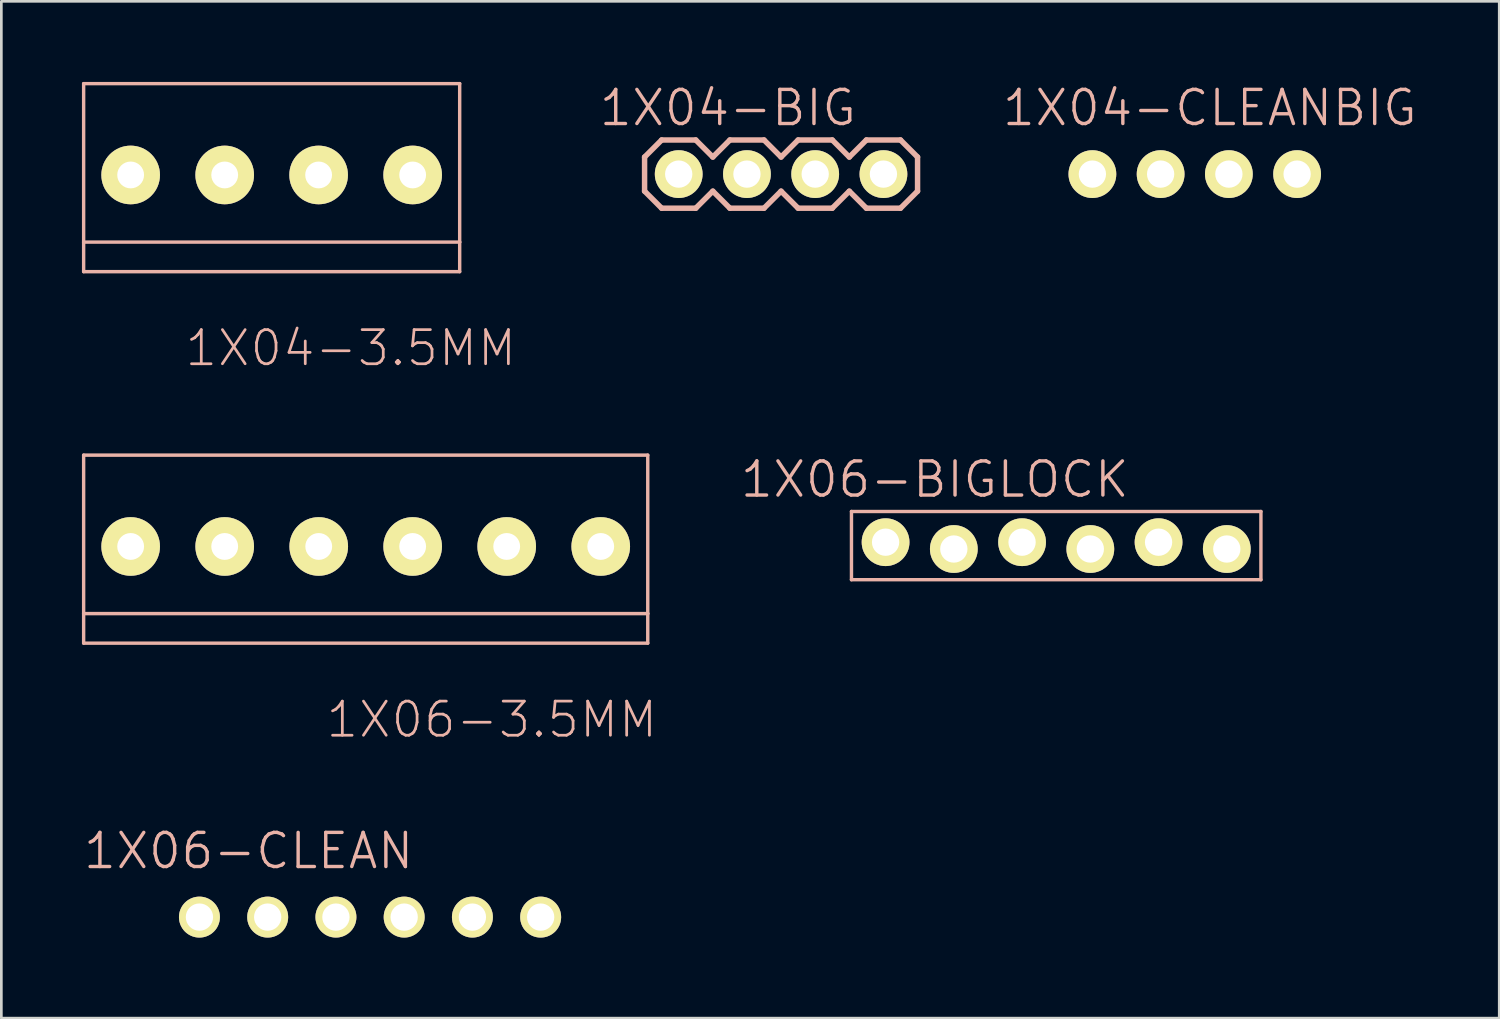
<source format=kicad_pcb>
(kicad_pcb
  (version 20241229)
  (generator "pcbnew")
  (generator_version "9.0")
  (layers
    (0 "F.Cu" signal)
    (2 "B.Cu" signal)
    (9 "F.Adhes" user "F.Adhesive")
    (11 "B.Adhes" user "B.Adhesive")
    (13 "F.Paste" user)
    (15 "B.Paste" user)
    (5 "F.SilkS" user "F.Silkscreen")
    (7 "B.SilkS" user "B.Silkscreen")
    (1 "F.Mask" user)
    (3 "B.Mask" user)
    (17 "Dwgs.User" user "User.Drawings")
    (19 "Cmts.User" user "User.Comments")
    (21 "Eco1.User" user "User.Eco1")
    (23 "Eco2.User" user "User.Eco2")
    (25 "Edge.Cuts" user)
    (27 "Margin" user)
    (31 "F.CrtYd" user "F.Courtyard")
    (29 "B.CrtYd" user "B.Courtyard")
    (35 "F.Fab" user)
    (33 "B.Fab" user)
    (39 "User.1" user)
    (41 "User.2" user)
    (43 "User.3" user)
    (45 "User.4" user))
  (footprint "1X04-3.5MM"
    (layer "F.Cu")
    (at 7.061 3.462)
    (property "Reference" "1X04-3.5MM" (at 2.944 6.444 180) (layer "B.SilkS") (effects (font (size 1.27 1.27) (thickness 0.102))))
    (attr exclude_from_pos_files exclude_from_bom)
    (fp_line (start -6.998 -3.399) (end -6.998 2.499) (stroke (width 0.127) (type solid)) (layer "B.SilkS"))
    (fp_line (start -6.998 2.499) (end -6.998 3.599) (stroke (width 0.127) (type solid)) (layer "B.SilkS"))
    (fp_line (start -6.998 2.499) (end 6.998 2.499) (stroke (width 0.127) (type solid)) (layer "B.SilkS"))
    (fp_line (start -6.998 3.599) (end 6.998 3.599) (stroke (width 0.127) (type solid)) (layer "B.SilkS"))
    (fp_line (start 6.998 -3.399) (end -6.998 -3.399) (stroke (width 0.127) (type solid)) (layer "B.SilkS"))
    (fp_line (start 6.998 2.499) (end 6.998 -3.399) (stroke (width 0.127) (type solid)) (layer "B.SilkS"))
    (fp_line (start 6.998 3.599) (end 6.998 2.499) (stroke (width 0.127) (type solid)) (layer "B.SilkS"))
    (pad "1" thru_hole circle (at -5.248 0) (size 2.182 2.182) (drill 0.998) (layers "*.Cu" "F.Mask" "F.SilkS" "F.Paste"))
    (pad "2" thru_hole circle (at -1.748 0) (size 2.182 2.182) (drill 0.998) (layers "*.Cu" "F.Mask" "F.SilkS" "F.Paste"))
    (pad "3" thru_hole circle (at 1.748 0) (size 2.182 2.182) (drill 0.998) (layers "*.Cu" "F.Mask" "F.SilkS" "F.Paste"))
    (pad "4" thru_hole circle (at 5.248 0) (size 2.182 2.182) (drill 0.998) (layers "*.Cu" "F.Mask" "F.SilkS" "F.Paste")))
  (footprint "1X04-CLEANBIG"
    (layer "F.Cu")
    (at 41.418 3.43)
    (property "Reference" "1X04-CLEANBIG" (at 0.559 -2.464 0) (layer "B.SilkS") (effects (font (size 1.27 1.27) (thickness 0.127))))
    (attr exclude_from_pos_files exclude_from_bom)
    (fp_line (start -4.064 -0.254) (end -3.556 -0.254) (stroke (width 0.066) (type solid)) (layer "F.SilkS"))
    (fp_line (start -4.064 0.254) (end -4.064 -0.254) (stroke (width 0.066) (type solid)) (layer "F.SilkS"))
    (fp_line (start -4.064 0.254) (end -3.556 0.254) (stroke (width 0.066) (type solid)) (layer "F.SilkS"))
    (fp_line (start -3.556 0.254) (end -3.556 -0.254) (stroke (width 0.066) (type solid)) (layer "F.SilkS"))
    (fp_line (start -1.524 -0.254) (end -1.016 -0.254) (stroke (width 0.066) (type solid)) (layer "F.SilkS"))
    (fp_line (start -1.524 0.254) (end -1.524 -0.254) (stroke (width 0.066) (type solid)) (layer "F.SilkS"))
    (fp_line (start -1.524 0.254) (end -1.016 0.254) (stroke (width 0.066) (type solid)) (layer "F.SilkS"))
    (fp_line (start -1.016 0.254) (end -1.016 -0.254) (stroke (width 0.066) (type solid)) (layer "F.SilkS"))
    (fp_line (start 1.016 -0.254) (end 1.524 -0.254) (stroke (width 0.066) (type solid)) (layer "F.SilkS"))
    (fp_line (start 1.016 0.254) (end 1.016 -0.254) (stroke (width 0.066) (type solid)) (layer "F.SilkS"))
    (fp_line (start 1.016 0.254) (end 1.524 0.254) (stroke (width 0.066) (type solid)) (layer "F.SilkS"))
    (fp_line (start 1.524 0.254) (end 1.524 -0.254) (stroke (width 0.066) (type solid)) (layer "F.SilkS"))
    (fp_line (start 3.556 -0.254) (end 4.064 -0.254) (stroke (width 0.066) (type solid)) (layer "F.SilkS"))
    (fp_line (start 3.556 0.254) (end 3.556 -0.254) (stroke (width 0.066) (type solid)) (layer "F.SilkS"))
    (fp_line (start 3.556 0.254) (end 4.064 0.254) (stroke (width 0.066) (type solid)) (layer "F.SilkS"))
    (fp_line (start 4.064 0.254) (end 4.064 -0.254) (stroke (width 0.066) (type solid)) (layer "F.SilkS"))
    (pad "1" thru_hole circle (at -3.81 0) (size 1.778 1.778) (drill 1.016) (layers "*.Cu" "F.Mask" "F.SilkS" "F.Paste"))
    (pad "2" thru_hole circle (at -1.27 0) (size 1.778 1.778) (drill 1.016) (layers "*.Cu" "F.Mask" "F.SilkS" "F.Paste"))
    (pad "3" thru_hole circle (at 1.27 0) (size 1.778 1.778) (drill 1.016) (layers "*.Cu" "F.Mask" "F.SilkS" "F.Paste"))
    (pad "4" thru_hole circle (at 3.81 0) (size 1.778 1.778) (drill 1.016) (layers "*.Cu" "F.Mask" "F.SilkS" "F.Paste")))
  (footprint "1X06-3.5MM"
    (layer "F.Cu")
    (at 10.561 17.289)
    (property "Reference" "1X06-3.5MM" (at 4.694 6.444 180) (layer "B.SilkS") (effects (font (size 1.27 1.27) (thickness 0.102))))
    (attr exclude_from_pos_files exclude_from_bom)
    (fp_line (start -10.498 -3.399) (end -10.498 2.499) (stroke (width 0.127) (type solid)) (layer "B.SilkS"))
    (fp_line (start -10.498 2.499) (end -10.498 3.599) (stroke (width 0.127) (type solid)) (layer "B.SilkS"))
    (fp_line (start -10.498 2.499) (end 10.498 2.499) (stroke (width 0.127) (type solid)) (layer "B.SilkS"))
    (fp_line (start -10.498 3.599) (end 10.498 3.599) (stroke (width 0.127) (type solid)) (layer "B.SilkS"))
    (fp_line (start 10.498 -3.399) (end -10.498 -3.399) (stroke (width 0.127) (type solid)) (layer "B.SilkS"))
    (fp_line (start 10.498 2.499) (end 10.498 -3.399) (stroke (width 0.127) (type solid)) (layer "B.SilkS"))
    (fp_line (start 10.498 3.599) (end 10.498 2.499) (stroke (width 0.127) (type solid)) (layer "B.SilkS"))
    (pad "1" thru_hole circle (at -8.748 0) (size 2.182 2.182) (drill 0.998) (layers "*.Cu" "F.Mask" "F.SilkS" "F.Paste"))
    (pad "2" thru_hole circle (at -5.248 0) (size 2.182 2.182) (drill 0.998) (layers "*.Cu" "F.Mask" "F.SilkS" "F.Paste"))
    (pad "3" thru_hole circle (at -1.748 0) (size 2.182 2.182) (drill 0.998) (layers "*.Cu" "F.Mask" "F.SilkS" "F.Paste"))
    (pad "4" thru_hole circle (at 1.748 0) (size 2.182 2.182) (drill 0.998) (layers "*.Cu" "F.Mask" "F.SilkS" "F.Paste"))
    (pad "5" thru_hole circle (at 5.248 0) (size 2.182 2.182) (drill 0.998) (layers "*.Cu" "F.Mask" "F.SilkS" "F.Paste"))
    (pad "6" thru_hole circle (at 8.748 0) (size 2.182 2.182) (drill 0.998) (layers "*.Cu" "F.Mask" "F.SilkS" "F.Paste")))
  (footprint "1X04-BIG"
    (layer "F.Cu")
    (at 22.211 3.43)
    (property "Reference" "1X04-BIG" (at 1.829 -2.464 0) (layer "B.SilkS") (effects (font (size 1.27 1.27) (thickness 0.127))))
    (attr exclude_from_pos_files exclude_from_bom)
    (fp_line (start -0.254 -0.254) (end 0.254 -0.254) (stroke (width 0.066) (type solid)) (layer "F.SilkS"))
    (fp_line (start -0.254 0.254) (end -0.254 -0.254) (stroke (width 0.066) (type solid)) (layer "F.SilkS"))
    (fp_line (start -0.254 0.254) (end 0.254 0.254) (stroke (width 0.066) (type solid)) (layer "F.SilkS"))
    (fp_line (start 0.254 0.254) (end 0.254 -0.254) (stroke (width 0.066) (type solid)) (layer "F.SilkS"))
    (fp_line (start 2.286 -0.254) (end 2.794 -0.254) (stroke (width 0.066) (type solid)) (layer "F.SilkS"))
    (fp_line (start 2.286 0.254) (end 2.286 -0.254) (stroke (width 0.066) (type solid)) (layer "F.SilkS"))
    (fp_line (start 2.286 0.254) (end 2.794 0.254) (stroke (width 0.066) (type solid)) (layer "F.SilkS"))
    (fp_line (start 2.794 0.254) (end 2.794 -0.254) (stroke (width 0.066) (type solid)) (layer "F.SilkS"))
    (fp_line (start 4.826 -0.254) (end 5.334 -0.254) (stroke (width 0.066) (type solid)) (layer "F.SilkS"))
    (fp_line (start 4.826 0.254) (end 4.826 -0.254) (stroke (width 0.066) (type solid)) (layer "F.SilkS"))
    (fp_line (start 4.826 0.254) (end 5.334 0.254) (stroke (width 0.066) (type solid)) (layer "F.SilkS"))
    (fp_line (start 5.334 0.254) (end 5.334 -0.254) (stroke (width 0.066) (type solid)) (layer "F.SilkS"))
    (fp_line (start 7.366 -0.254) (end 7.874 -0.254) (stroke (width 0.066) (type solid)) (layer "F.SilkS"))
    (fp_line (start 7.366 0.254) (end 7.366 -0.254) (stroke (width 0.066) (type solid)) (layer "F.SilkS"))
    (fp_line (start 7.366 0.254) (end 7.874 0.254) (stroke (width 0.066) (type solid)) (layer "F.SilkS"))
    (fp_line (start 7.874 0.254) (end 7.874 -0.254) (stroke (width 0.066) (type solid)) (layer "F.SilkS"))
    (fp_line (start -1.27 -0.635) (end -1.27 0.635) (stroke (width 0.203) (type solid)) (layer "B.SilkS"))
    (fp_line (start -1.27 0.635) (end -0.635 1.27) (stroke (width 0.203) (type solid)) (layer "B.SilkS"))
    (fp_line (start -0.635 -1.27) (end -1.27 -0.635) (stroke (width 0.203) (type solid)) (layer "B.SilkS"))
    (fp_line (start -0.635 -1.27) (end 0.635 -1.27) (stroke (width 0.203) (type solid)) (layer "B.SilkS"))
    (fp_line (start 0.635 -1.27) (end 1.27 -0.635) (stroke (width 0.203) (type solid)) (layer "B.SilkS"))
    (fp_line (start 0.635 1.27) (end -0.635 1.27) (stroke (width 0.203) (type solid)) (layer "B.SilkS"))
    (fp_line (start 1.27 -0.635) (end 1.905 -1.27) (stroke (width 0.203) (type solid)) (layer "B.SilkS"))
    (fp_line (start 1.27 0.635) (end 0.635 1.27) (stroke (width 0.203) (type solid)) (layer "B.SilkS"))
    (fp_line (start 1.905 -1.27) (end 3.175 -1.27) (stroke (width 0.203) (type solid)) (layer "B.SilkS"))
    (fp_line (start 1.905 1.27) (end 1.27 0.635) (stroke (width 0.203) (type solid)) (layer "B.SilkS"))
    (fp_line (start 3.175 -1.27) (end 3.81 -0.635) (stroke (width 0.203) (type solid)) (layer "B.SilkS"))
    (fp_line (start 3.175 1.27) (end 1.905 1.27) (stroke (width 0.203) (type solid)) (layer "B.SilkS"))
    (fp_line (start 3.81 -0.635) (end 4.445 -1.27) (stroke (width 0.203) (type solid)) (layer "B.SilkS"))
    (fp_line (start 3.81 0.635) (end 3.175 1.27) (stroke (width 0.203) (type solid)) (layer "B.SilkS"))
    (fp_line (start 4.445 -1.27) (end 5.715 -1.27) (stroke (width 0.203) (type solid)) (layer "B.SilkS"))
    (fp_line (start 4.445 1.27) (end 3.81 0.635) (stroke (width 0.203) (type solid)) (layer "B.SilkS"))
    (fp_line (start 5.715 -1.27) (end 6.35 -0.635) (stroke (width 0.203) (type solid)) (layer "B.SilkS"))
    (fp_line (start 5.715 1.27) (end 4.445 1.27) (stroke (width 0.203) (type solid)) (layer "B.SilkS"))
    (fp_line (start 6.35 0.635) (end 5.715 1.27) (stroke (width 0.203) (type solid)) (layer "B.SilkS"))
    (fp_line (start 6.35 0.635) (end 6.985 1.27) (stroke (width 0.203) (type solid)) (layer "B.SilkS"))
    (fp_line (start 6.985 -1.27) (end 6.35 -0.635) (stroke (width 0.203) (type solid)) (layer "B.SilkS"))
    (fp_line (start 6.985 -1.27) (end 8.255 -1.27) (stroke (width 0.203) (type solid)) (layer "B.SilkS"))
    (fp_line (start 8.255 -1.27) (end 8.89 -0.635) (stroke (width 0.203) (type solid)) (layer "B.SilkS"))
    (fp_line (start 8.255 1.27) (end 6.985 1.27) (stroke (width 0.203) (type solid)) (layer "B.SilkS"))
    (fp_line (start 8.89 -0.635) (end 8.89 0.635) (stroke (width 0.203) (type solid)) (layer "B.SilkS"))
    (fp_line (start 8.89 0.635) (end 8.255 1.27) (stroke (width 0.203) (type solid)) (layer "B.SilkS"))
    (pad "1" thru_hole circle (at 0 0) (size 1.778 1.778) (drill 1.016) (layers "*.Cu" "F.Mask" "F.SilkS" "F.Paste"))
    (pad "2" thru_hole circle (at 2.54 0) (size 1.778 1.778) (drill 1.016) (layers "*.Cu" "F.Mask" "F.SilkS" "F.Paste"))
    (pad "3" thru_hole circle (at 5.08 0) (size 1.778 1.778) (drill 1.016) (layers "*.Cu" "F.Mask" "F.SilkS" "F.Paste"))
    (pad "4" thru_hole circle (at 7.62 0) (size 1.778 1.778) (drill 1.016) (layers "*.Cu" "F.Mask" "F.SilkS" "F.Paste")))
  (footprint "1X06-CLEAN"
    (layer "F.Cu")
    (at 10.723 31.084)
    (property "Reference" "1X06-CLEAN" (at -4.521 -2.464 0) (layer "B.SilkS") (effects (font (size 1.27 1.27) (thickness 0.127))))
    (attr exclude_from_pos_files exclude_from_bom)
    (fp_line (start -6.604 -0.254) (end -6.096 -0.254) (stroke (width 0.066) (type solid)) (layer "F.SilkS"))
    (fp_line (start -6.604 0.254) (end -6.604 -0.254) (stroke (width 0.066) (type solid)) (layer "F.SilkS"))
    (fp_line (start -6.604 0.254) (end -6.096 0.254) (stroke (width 0.066) (type solid)) (layer "F.SilkS"))
    (fp_line (start -6.096 0.254) (end -6.096 -0.254) (stroke (width 0.066) (type solid)) (layer "F.SilkS"))
    (fp_line (start -4.064 -0.254) (end -3.556 -0.254) (stroke (width 0.066) (type solid)) (layer "F.SilkS"))
    (fp_line (start -4.064 0.254) (end -4.064 -0.254) (stroke (width 0.066) (type solid)) (layer "F.SilkS"))
    (fp_line (start -4.064 0.254) (end -3.556 0.254) (stroke (width 0.066) (type solid)) (layer "F.SilkS"))
    (fp_line (start -3.556 0.254) (end -3.556 -0.254) (stroke (width 0.066) (type solid)) (layer "F.SilkS"))
    (fp_line (start -1.524 -0.254) (end -1.016 -0.254) (stroke (width 0.066) (type solid)) (layer "F.SilkS"))
    (fp_line (start -1.524 0.254) (end -1.524 -0.254) (stroke (width 0.066) (type solid)) (layer "F.SilkS"))
    (fp_line (start -1.524 0.254) (end -1.016 0.254) (stroke (width 0.066) (type solid)) (layer "F.SilkS"))
    (fp_line (start -1.016 0.254) (end -1.016 -0.254) (stroke (width 0.066) (type solid)) (layer "F.SilkS"))
    (fp_line (start 1.016 -0.254) (end 1.524 -0.254) (stroke (width 0.066) (type solid)) (layer "F.SilkS"))
    (fp_line (start 1.016 0.254) (end 1.016 -0.254) (stroke (width 0.066) (type solid)) (layer "F.SilkS"))
    (fp_line (start 1.016 0.254) (end 1.524 0.254) (stroke (width 0.066) (type solid)) (layer "F.SilkS"))
    (fp_line (start 1.524 0.254) (end 1.524 -0.254) (stroke (width 0.066) (type solid)) (layer "F.SilkS"))
    (fp_line (start 3.556 -0.254) (end 4.064 -0.254) (stroke (width 0.066) (type solid)) (layer "F.SilkS"))
    (fp_line (start 3.556 0.254) (end 3.556 -0.254) (stroke (width 0.066) (type solid)) (layer "F.SilkS"))
    (fp_line (start 3.556 0.254) (end 4.064 0.254) (stroke (width 0.066) (type solid)) (layer "F.SilkS"))
    (fp_line (start 4.064 0.254) (end 4.064 -0.254) (stroke (width 0.066) (type solid)) (layer "F.SilkS"))
    (fp_line (start 6.096 -0.254) (end 6.604 -0.254) (stroke (width 0.066) (type solid)) (layer "F.SilkS"))
    (fp_line (start 6.096 0.254) (end 6.096 -0.254) (stroke (width 0.066) (type solid)) (layer "F.SilkS"))
    (fp_line (start 6.096 0.254) (end 6.604 0.254) (stroke (width 0.066) (type solid)) (layer "F.SilkS"))
    (fp_line (start 6.604 0.254) (end 6.604 -0.254) (stroke (width 0.066) (type solid)) (layer "F.SilkS"))
    (pad "1" thru_hole circle (at -6.35 0) (size 1.524 1.524) (drill 1.016) (layers "*.Cu" "F.Mask" "F.SilkS" "F.Paste"))
    (pad "2" thru_hole circle (at -3.81 0) (size 1.524 1.524) (drill 1.016) (layers "*.Cu" "F.Mask" "F.SilkS" "F.Paste"))
    (pad "3" thru_hole circle (at -1.27 0) (size 1.524 1.524) (drill 1.016) (layers "*.Cu" "F.Mask" "F.SilkS" "F.Paste"))
    (pad "4" thru_hole circle (at 1.27 0) (size 1.524 1.524) (drill 1.016) (layers "*.Cu" "F.Mask" "F.SilkS" "F.Paste"))
    (pad "5" thru_hole circle (at 3.81 0) (size 1.524 1.524) (drill 1.016) (layers "*.Cu" "F.Mask" "F.SilkS" "F.Paste"))
    (pad "6" thru_hole circle (at 6.35 0) (size 1.524 1.524) (drill 1.016) (layers "*.Cu" "F.Mask" "F.SilkS" "F.Paste")))
  (footprint "1X06-BIGLOCK"
    (layer "F.Cu")
    (at 36.261 17.257)
    (property "Reference" "1X06-BIGLOCK" (at -4.521 -2.464 0) (layer "B.SilkS") (effects (font (size 1.27 1.27) (thickness 0.127))))
    (attr exclude_from_pos_files exclude_from_bom)
    (fp_line (start -6.604 -0.254) (end -6.096 -0.254) (stroke (width 0.066) (type solid)) (layer "F.SilkS"))
    (fp_line (start -6.604 0.254) (end -6.604 -0.254) (stroke (width 0.066) (type solid)) (layer "F.SilkS"))
    (fp_line (start -6.604 0.254) (end -6.096 0.254) (stroke (width 0.066) (type solid)) (layer "F.SilkS"))
    (fp_line (start -6.096 0.254) (end -6.096 -0.254) (stroke (width 0.066) (type solid)) (layer "F.SilkS"))
    (fp_line (start -4.064 -0.254) (end -3.556 -0.254) (stroke (width 0.066) (type solid)) (layer "F.SilkS"))
    (fp_line (start -4.064 0.254) (end -4.064 -0.254) (stroke (width 0.066) (type solid)) (layer "F.SilkS"))
    (fp_line (start -4.064 0.254) (end -3.556 0.254) (stroke (width 0.066) (type solid)) (layer "F.SilkS"))
    (fp_line (start -3.556 0.254) (end -3.556 -0.254) (stroke (width 0.066) (type solid)) (layer "F.SilkS"))
    (fp_line (start -1.524 -0.254) (end -1.016 -0.254) (stroke (width 0.066) (type solid)) (layer "F.SilkS"))
    (fp_line (start -1.524 0.254) (end -1.524 -0.254) (stroke (width 0.066) (type solid)) (layer "F.SilkS"))
    (fp_line (start -1.524 0.254) (end -1.016 0.254) (stroke (width 0.066) (type solid)) (layer "F.SilkS"))
    (fp_line (start -1.016 0.254) (end -1.016 -0.254) (stroke (width 0.066) (type solid)) (layer "F.SilkS"))
    (fp_line (start 1.016 -0.254) (end 1.524 -0.254) (stroke (width 0.066) (type solid)) (layer "F.SilkS"))
    (fp_line (start 1.016 0.254) (end 1.016 -0.254) (stroke (width 0.066) (type solid)) (layer "F.SilkS"))
    (fp_line (start 1.016 0.254) (end 1.524 0.254) (stroke (width 0.066) (type solid)) (layer "F.SilkS"))
    (fp_line (start 1.524 0.254) (end 1.524 -0.254) (stroke (width 0.066) (type solid)) (layer "F.SilkS"))
    (fp_line (start 3.556 -0.254) (end 4.064 -0.254) (stroke (width 0.066) (type solid)) (layer "F.SilkS"))
    (fp_line (start 3.556 0.254) (end 3.556 -0.254) (stroke (width 0.066) (type solid)) (layer "F.SilkS"))
    (fp_line (start 3.556 0.254) (end 4.064 0.254) (stroke (width 0.066) (type solid)) (layer "F.SilkS"))
    (fp_line (start 4.064 0.254) (end 4.064 -0.254) (stroke (width 0.066) (type solid)) (layer "F.SilkS"))
    (fp_line (start 6.096 -0.254) (end 6.604 -0.254) (stroke (width 0.066) (type solid)) (layer "F.SilkS"))
    (fp_line (start 6.096 0.254) (end 6.096 -0.254) (stroke (width 0.066) (type solid)) (layer "F.SilkS"))
    (fp_line (start 6.096 0.254) (end 6.604 0.254) (stroke (width 0.066) (type solid)) (layer "F.SilkS"))
    (fp_line (start 6.604 0.254) (end 6.604 -0.254) (stroke (width 0.066) (type solid)) (layer "F.SilkS"))
    (fp_line (start -7.62 -1.27) (end 7.62 -1.27) (stroke (width 0.127) (type solid)) (layer "B.SilkS"))
    (fp_line (start -7.62 1.27) (end -7.62 -1.27) (stroke (width 0.127) (type solid)) (layer "B.SilkS"))
    (fp_line (start 7.62 -1.27) (end 7.62 1.27) (stroke (width 0.127) (type solid)) (layer "B.SilkS"))
    (fp_line (start 7.62 1.27) (end -7.62 1.27) (stroke (width 0.127) (type solid)) (layer "B.SilkS"))
    (pad "1" thru_hole circle (at -6.35 -0.127) (size 1.778 1.778) (drill 1.016) (layers "*.Cu" "F.Mask" "F.SilkS" "F.Paste"))
    (pad "2" thru_hole circle (at -3.81 0.127) (size 1.778 1.778) (drill 1.016) (layers "*.Cu" "F.Mask" "F.SilkS" "F.Paste"))
    (pad "3" thru_hole circle (at -1.27 -0.127) (size 1.778 1.778) (drill 1.016) (layers "*.Cu" "F.Mask" "F.SilkS" "F.Paste"))
    (pad "4" thru_hole circle (at 1.27 0.127) (size 1.778 1.778) (drill 1.016) (layers "*.Cu" "F.Mask" "F.SilkS" "F.Paste"))
    (pad "5" thru_hole circle (at 3.81 -0.127) (size 1.778 1.778) (drill 1.016) (layers "*.Cu" "F.Mask" "F.SilkS" "F.Paste"))
    (pad "6" thru_hole circle (at 6.35 0.127) (size 1.778 1.778) (drill 1.016) (layers "*.Cu" "F.Mask" "F.SilkS" "F.Paste")))
  (gr_rect
    (start -3 -3)
    (end 52.751 34.846)
    (stroke (width 0.1) (type default))
    (fill no)
    (layer "Edge.Cuts")))
</source>
